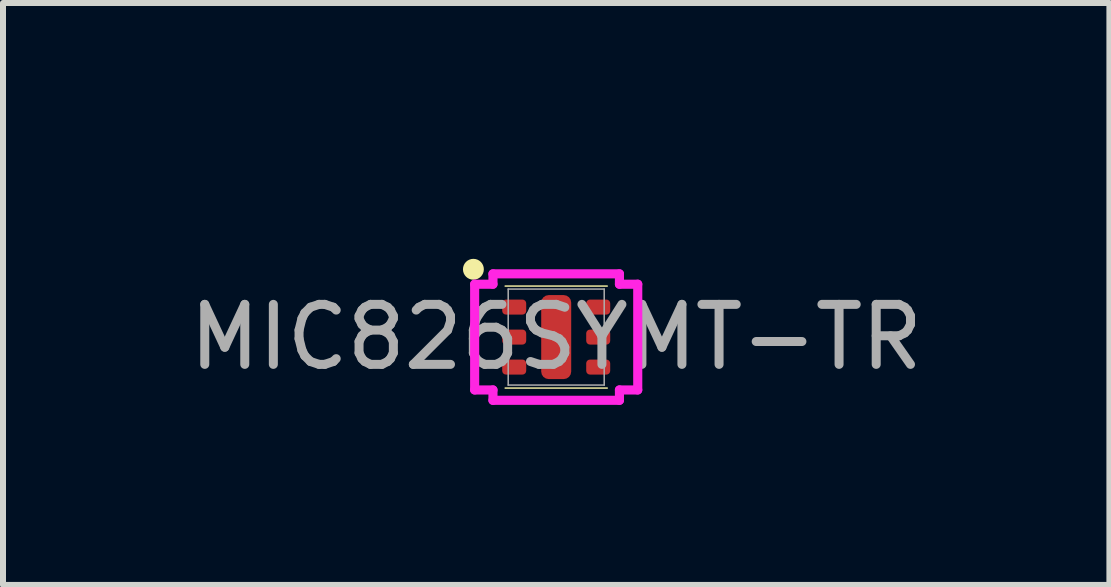
<source format=kicad_pcb>
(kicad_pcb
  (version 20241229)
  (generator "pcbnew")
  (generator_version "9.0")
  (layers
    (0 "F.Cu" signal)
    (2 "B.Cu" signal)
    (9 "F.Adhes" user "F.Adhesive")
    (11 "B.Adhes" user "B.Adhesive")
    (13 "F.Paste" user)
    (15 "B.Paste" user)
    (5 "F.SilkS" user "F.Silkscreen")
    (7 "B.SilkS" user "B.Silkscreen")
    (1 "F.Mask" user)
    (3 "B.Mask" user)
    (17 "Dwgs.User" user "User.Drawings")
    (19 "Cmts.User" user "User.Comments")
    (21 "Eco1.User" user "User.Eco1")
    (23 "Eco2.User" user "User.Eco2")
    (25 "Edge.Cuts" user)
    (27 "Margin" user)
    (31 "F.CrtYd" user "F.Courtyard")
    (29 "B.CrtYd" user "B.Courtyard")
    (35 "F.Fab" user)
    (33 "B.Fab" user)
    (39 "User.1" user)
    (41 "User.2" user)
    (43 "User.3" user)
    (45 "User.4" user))
  (footprint "MIC826SYMT-TR"
    (layer "F.Cu")
    (at 6.22 2.568)
    (property "Reference" "MIC826SYMT-TR" (at 0 -1.72 0) (unlocked yes) (layer "User.2") (effects (font (size 1 1) (thickness 0.15))))
    (attr smd)
    (fp_line (start 0.85 -0.85) (end -0.85 -0.85) (stroke (width 0.025) (type solid)) (layer "F.SilkS"))
    (fp_line (start 0.85 0.85) (end -0.85 0.85) (stroke (width 0.025) (type solid)) (layer "F.SilkS"))
    (fp_circle (center -1.38 -1.13) (end -1.266 -1.13) (stroke (width 0.12) (type solid)) (fill yes) (layer "F.SilkS"))
    (fp_line (start -1.359 -0.881) (end -1.054 -0.881) (stroke (width 0.152) (type solid)) (layer "F.CrtYd"))
    (fp_line (start -1.359 0.881) (end -1.359 -0.881) (stroke (width 0.152) (type solid)) (layer "F.CrtYd"))
    (fp_line (start -1.359 0.881) (end -1.054 0.881) (stroke (width 0.152) (type solid)) (layer "F.CrtYd"))
    (fp_line (start -1.054 -1.054) (end 1.054 -1.054) (stroke (width 0.152) (type solid)) (layer "F.CrtYd"))
    (fp_line (start -1.054 -0.881) (end -1.054 -1.054) (stroke (width 0.152) (type solid)) (layer "F.CrtYd"))
    (fp_line (start -1.054 1.054) (end -1.054 0.881) (stroke (width 0.152) (type solid)) (layer "F.CrtYd"))
    (fp_line (start 1.054 -1.054) (end 1.054 -0.881) (stroke (width 0.152) (type solid)) (layer "F.CrtYd"))
    (fp_line (start 1.054 0.881) (end 1.054 1.054) (stroke (width 0.152) (type solid)) (layer "F.CrtYd"))
    (fp_line (start 1.054 1.054) (end -1.054 1.054) (stroke (width 0.152) (type solid)) (layer "F.CrtYd"))
    (fp_line (start 1.359 -0.881) (end 1.054 -0.881) (stroke (width 0.152) (type solid)) (layer "F.CrtYd"))
    (fp_line (start 1.359 -0.881) (end 1.359 0.881) (stroke (width 0.152) (type solid)) (layer "F.CrtYd"))
    (fp_line (start 1.359 0.881) (end 1.054 0.881) (stroke (width 0.152) (type solid)) (layer "F.CrtYd"))
    (fp_line (start -0.8 -0.8) (end -0.8 0.8) (stroke (width 0.025) (type solid)) (layer "F.Fab"))
    (fp_line (start -0.8 0.8) (end 0.8 0.8) (stroke (width 0.025) (type solid)) (layer "F.Fab"))
    (fp_line (start 0.8 -0.8) (end -0.8 -0.8) (stroke (width 0.025) (type solid)) (layer "F.Fab"))
    (fp_line (start 0.8 0.8) (end 0.8 -0.8) (stroke (width 0.025) (type solid)) (layer "F.Fab"))
    (fp_text user "${REFERENCE}" (at 0 0 0) (unlocked yes) (layer "F.Fab") (effects (font (size 1 1) (thickness 0.15))))
    (pad "1" smd roundrect (at -0.7 -0.5) (size 0.4 0.25) (layers "F.Cu" "F.Mask" "F.Paste") (roundrect_rratio 0.25))
    (pad "2" smd roundrect (at -0.7 0) (size 0.4 0.25) (layers "F.Cu" "F.Mask" "F.Paste") (roundrect_rratio 0.25))
    (pad "3" smd roundrect (at -0.7 0.5) (size 0.4 0.25) (layers "F.Cu" "F.Mask" "F.Paste") (roundrect_rratio 0.25))
    (pad "4" smd roundrect (at 0.7 0.5) (size 0.4 0.25) (layers "F.Cu" "F.Mask" "F.Paste") (roundrect_rratio 0.25))
    (pad "5" smd roundrect (at 0.7 0) (size 0.4 0.25) (layers "F.Cu" "F.Mask" "F.Paste") (roundrect_rratio 0.25))
    (pad "6" smd roundrect (at 0.7 -0.5) (size 0.4 0.25) (layers "F.Cu" "F.Mask" "F.Paste") (roundrect_rratio 0.25))
    (pad "7" smd roundrect (at 0 0) (size 0.5 1.4) (layers "F.Cu" "F.Mask" "F.Paste") (roundrect_rratio 0.25)))
  (gr_rect
    (start -3 -3)
    (end 15.44 6.699)
    (stroke (width 0.1) (type default))
    (fill no)
    (layer "Edge.Cuts")))
</source>
